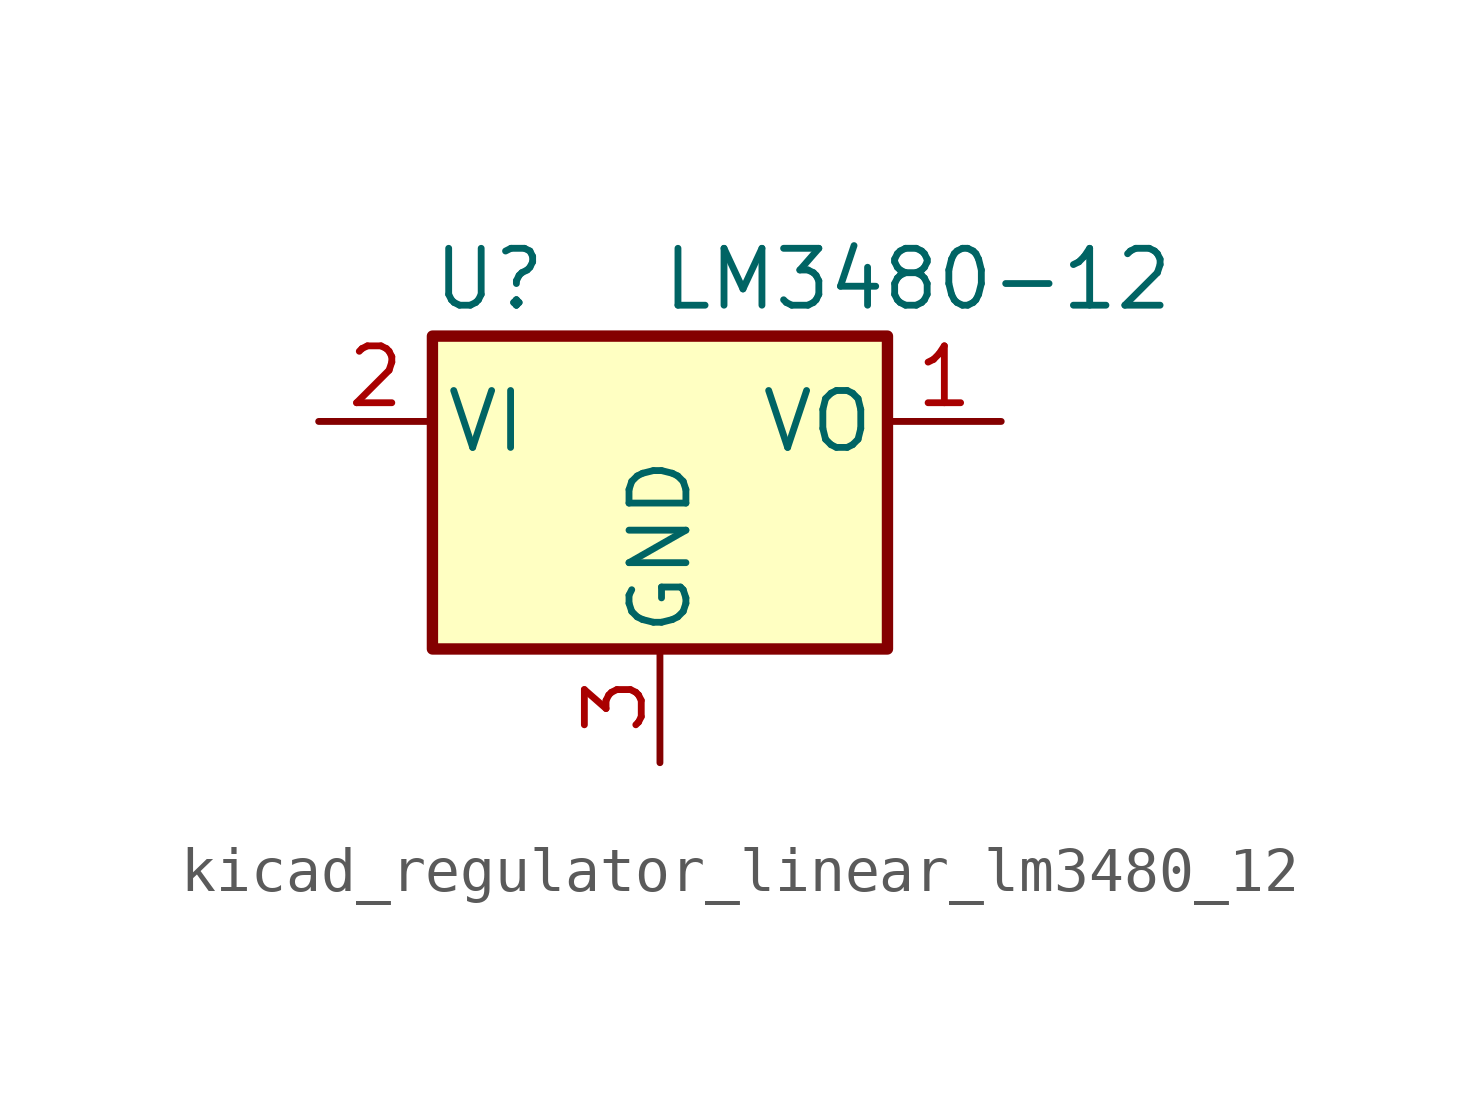
<source format=kicad_sym>
(kicad_symbol_lib
  (version 20220914)
  (generator kicad_symbol_editor)
  (symbol "kicad_regulator_linear_lm3480_12"
    (pin_names
      (offset 0.254))
    (property "Reference" "U"
      (at -3.81 3.175 0)
      (effects (font (size 1.27 1.27))))
    (property "Value" "LM3480-12"
      (at 0 3.175 0)
      (effects (font (size 1.27 1.27)) (justify left)))
    (symbol "kicad_regulator_linear_lm3480_12_0_1"
      (rectangle (start -5.08 1.905) (end 5.08 -5.08) (stroke (width 0.254) (type default)) (fill (type background))))
    (symbol "kicad_regulator_linear_lm3480_12_1_1"
      (pin power_out line (at 7.62 0 180) (length 2.54) (name "VO" (effects (font (size 1.27 1.27)))) (number "1" (effects (font (size 1.27 1.27)))))
      (pin power_in line (at -7.62 0 0) (length 2.54) (name "VI" (effects (font (size 1.27 1.27)))) (number "2" (effects (font (size 1.27 1.27)))))
      (pin power_in line (at 0 -7.62 90) (length 2.54) (name "GND" (effects (font (size 1.27 1.27)))) (number "3" (effects (font (size 1.27 1.27))))))))
</source>
